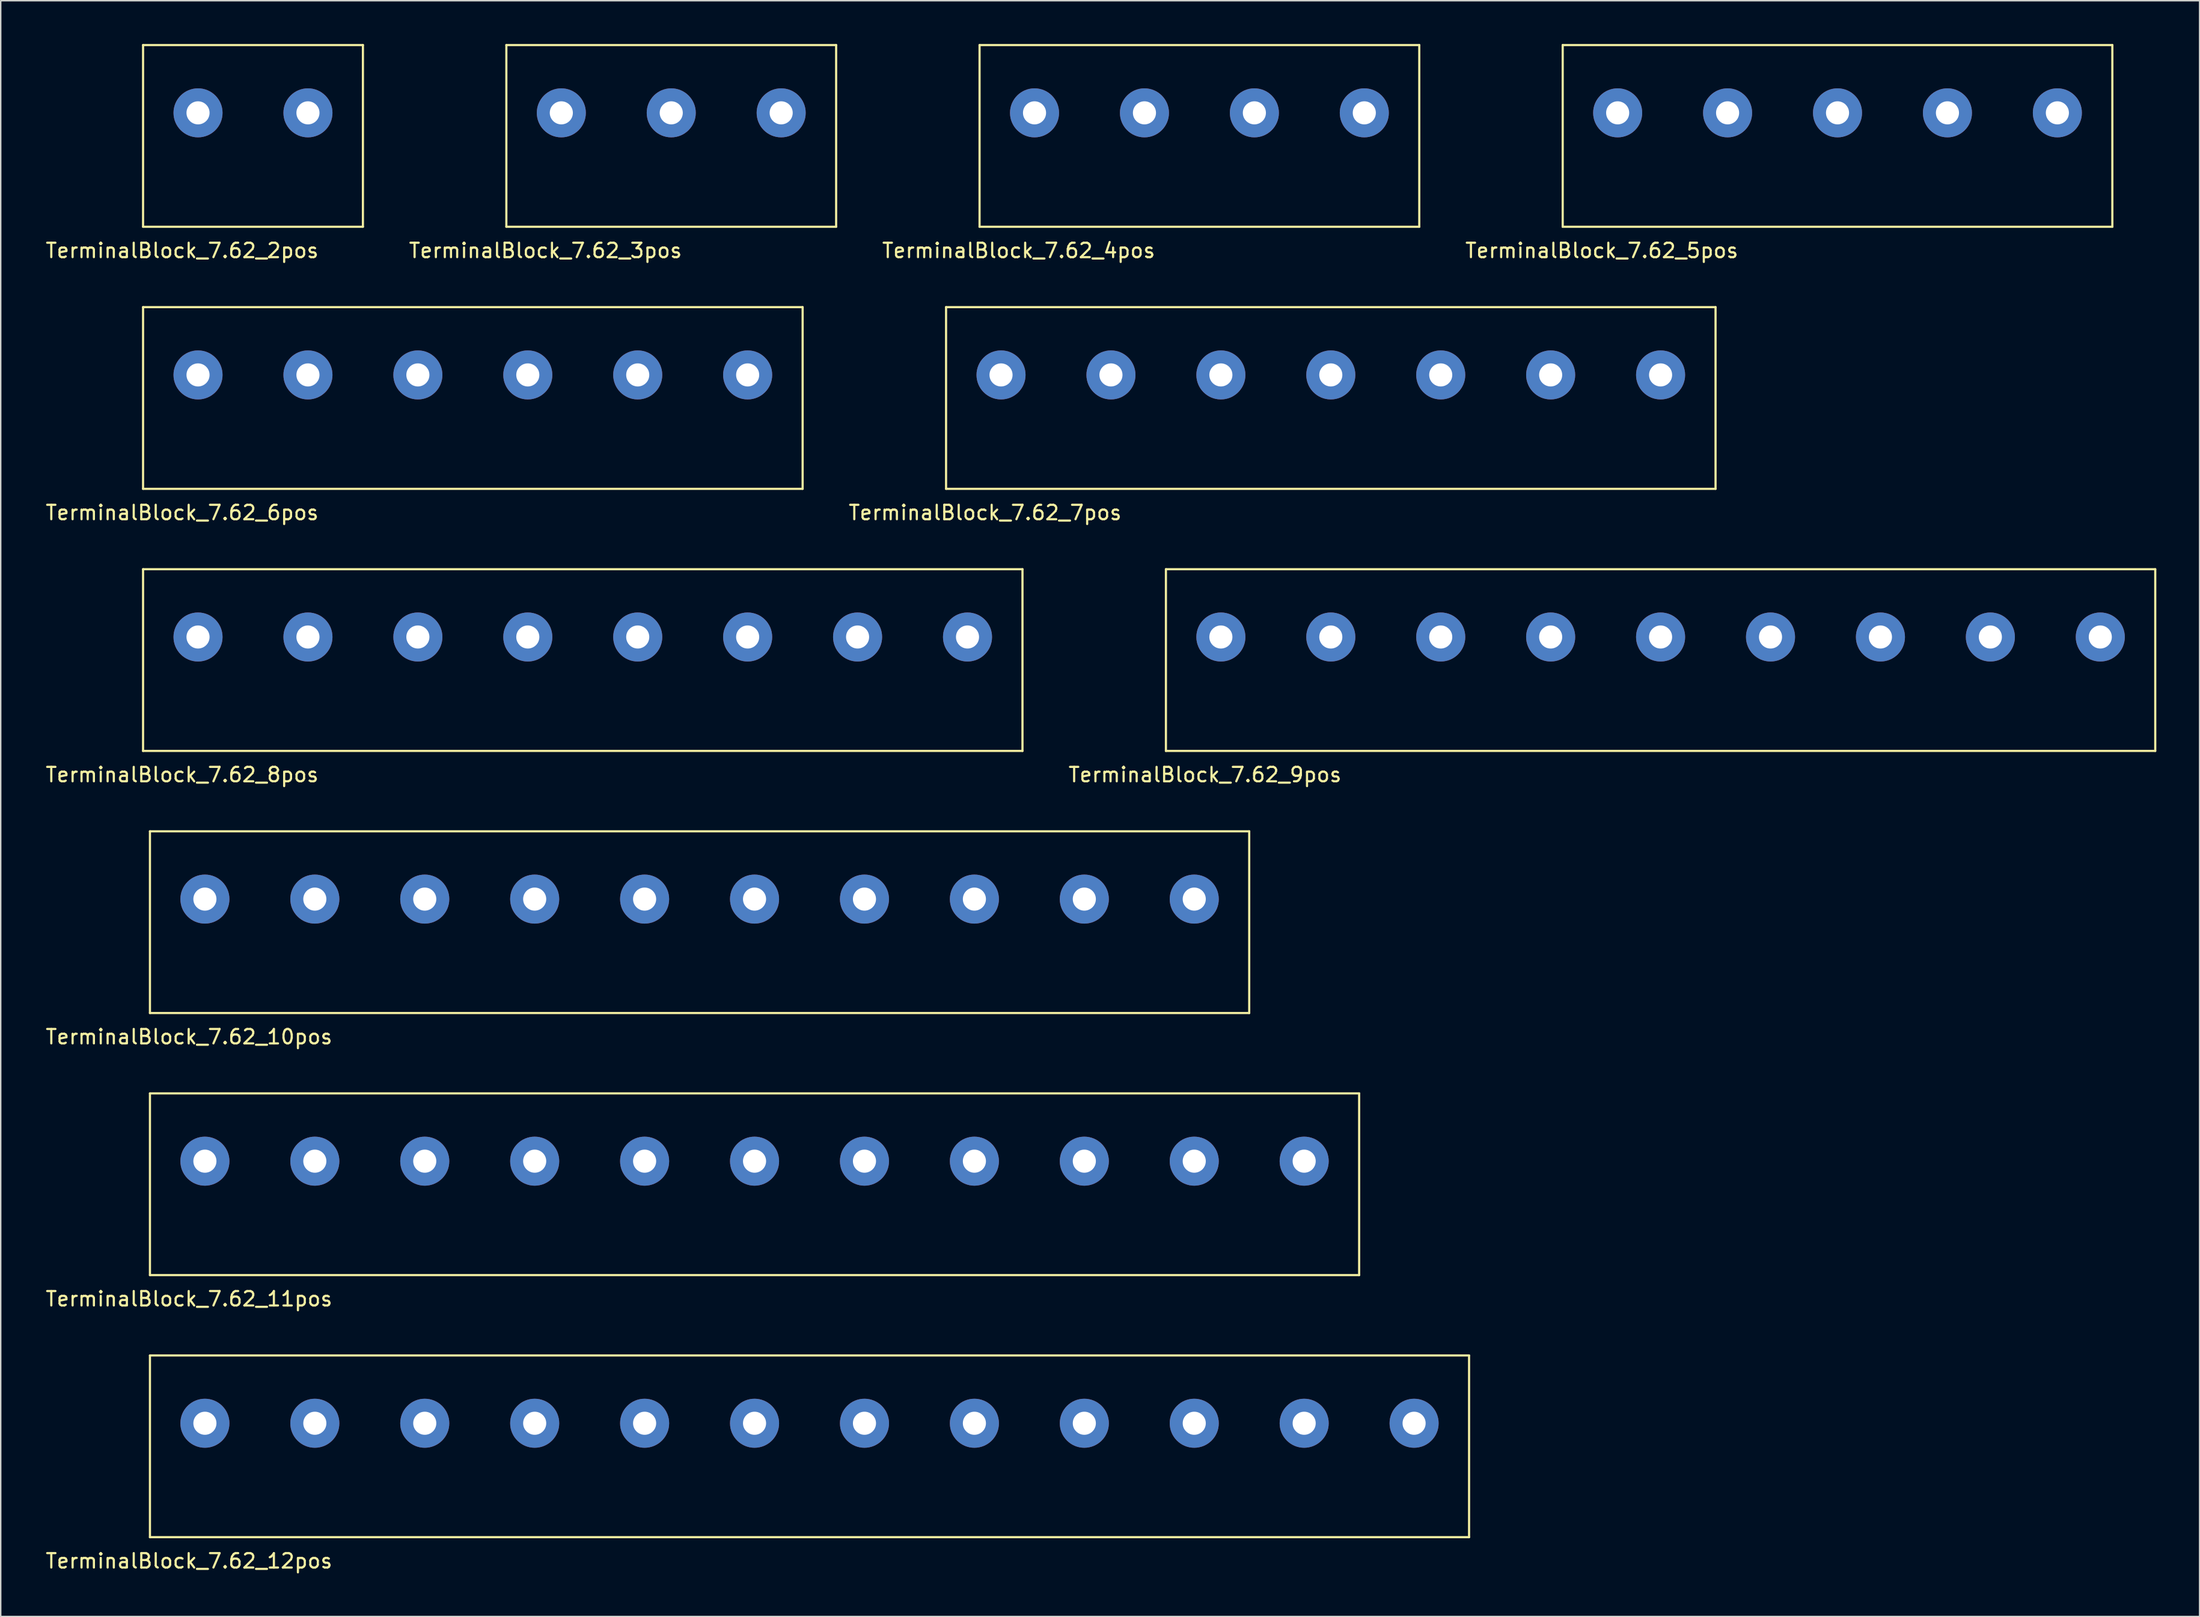
<source format=kicad_pcb>
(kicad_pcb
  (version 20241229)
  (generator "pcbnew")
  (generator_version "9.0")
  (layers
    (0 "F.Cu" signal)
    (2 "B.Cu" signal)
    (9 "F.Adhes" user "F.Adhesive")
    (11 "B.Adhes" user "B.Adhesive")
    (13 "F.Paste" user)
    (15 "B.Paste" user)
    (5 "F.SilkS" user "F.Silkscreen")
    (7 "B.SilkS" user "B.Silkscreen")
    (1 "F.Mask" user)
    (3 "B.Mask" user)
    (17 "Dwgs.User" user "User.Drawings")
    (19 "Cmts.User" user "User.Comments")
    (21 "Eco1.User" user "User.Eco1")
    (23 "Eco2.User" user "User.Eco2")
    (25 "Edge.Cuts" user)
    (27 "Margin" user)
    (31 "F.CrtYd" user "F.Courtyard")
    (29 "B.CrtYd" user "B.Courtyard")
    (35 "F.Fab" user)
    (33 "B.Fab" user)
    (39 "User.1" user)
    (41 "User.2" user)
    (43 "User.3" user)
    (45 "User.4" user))
  (footprint "TerminalBlock_7.62_9pos"
    (layer "F.Cu")
    (at 112.06 41.121)
    (property "Reference" "TerminalBlock_7.62_9pos" (at -31.58 9.55 0) (layer "F.SilkS") (effects (font (size 1 1) (thickness 0.15))))
    (attr through_hole)
    (fp_line (start -34.29 -4.7) (end -34.29 7.9) (stroke (width 0.15) (type solid)) (layer "F.SilkS"))
    (fp_line (start -34.29 -4.7) (end 34.29 -4.7) (stroke (width 0.15) (type solid)) (layer "F.SilkS"))
    (fp_line (start -34.29 7.9) (end 34.29 7.9) (stroke (width 0.15) (type solid)) (layer "F.SilkS"))
    (fp_line (start 34.29 -4.7) (end 34.29 7.9) (stroke (width 0.15) (type solid)) (layer "F.SilkS"))
    (pad "1" thru_hole circle (at -30.48 0 90) (size 3.4 3.4) (drill 1.6) (layers "*.Cu" "*.Mask"))
    (pad "2" thru_hole circle (at -22.86 0) (size 3.4 3.4) (drill 1.6) (layers "*.Cu" "*.Mask"))
    (pad "3" thru_hole circle (at -15.24 0) (size 3.4 3.4) (drill 1.6) (layers "*.Cu" "*.Mask"))
    (pad "4" thru_hole circle (at -7.62 0 90) (size 3.4 3.4) (drill 1.6) (layers "*.Cu" "*.Mask"))
    (pad "5" thru_hole circle (at 0 0) (size 3.4 3.4) (drill 1.6) (layers "*.Cu" "*.Mask"))
    (pad "6" thru_hole circle (at 7.62 0) (size 3.4 3.4) (drill 1.6) (layers "*.Cu" "*.Mask"))
    (pad "7" thru_hole circle (at 15.24 0 90) (size 3.4 3.4) (drill 1.6) (layers "*.Cu" "*.Mask"))
    (pad "8" thru_hole circle (at 22.86 0) (size 3.4 3.4) (drill 1.6) (layers "*.Cu" "*.Mask"))
    (pad "9" thru_hole circle (at 30.48 0) (size 3.4 3.4) (drill 1.6) (layers "*.Cu" "*.Mask")))
  (footprint "TerminalBlock_7.62_4pos"
    (layer "F.Cu")
    (at 80.092 4.775)
    (property "Reference" "TerminalBlock_7.62_4pos" (at -12.53 9.55 0) (layer "F.SilkS") (effects (font (size 1 1) (thickness 0.15))))
    (attr through_hole)
    (fp_line (start -15.24 -4.7) (end -15.24 7.9) (stroke (width 0.15) (type solid)) (layer "F.SilkS"))
    (fp_line (start -15.24 -4.7) (end 15.24 -4.7) (stroke (width 0.15) (type solid)) (layer "F.SilkS"))
    (fp_line (start -15.24 7.9) (end 15.24 7.9) (stroke (width 0.15) (type solid)) (layer "F.SilkS"))
    (fp_line (start 15.24 -4.7) (end 15.24 7.9) (stroke (width 0.15) (type solid)) (layer "F.SilkS"))
    (pad "1" thru_hole circle (at -11.43 0 90) (size 3.4 3.4) (drill 1.6) (layers "*.Cu" "*.Mask"))
    (pad "2" thru_hole circle (at -3.81 0) (size 3.4 3.4) (drill 1.6) (layers "*.Cu" "*.Mask"))
    (pad "3" thru_hole circle (at 3.81 0) (size 3.4 3.4) (drill 1.6) (layers "*.Cu" "*.Mask"))
    (pad "4" thru_hole circle (at 11.43 0 90) (size 3.4 3.4) (drill 1.6) (layers "*.Cu" "*.Mask")))
  (footprint "TerminalBlock_7.62_5pos"
    (layer "F.Cu")
    (at 124.325 4.775)
    (property "Reference" "TerminalBlock_7.62_5pos" (at -16.34 9.55 0) (layer "F.SilkS") (effects (font (size 1 1) (thickness 0.15))))
    (attr through_hole)
    (fp_line (start -19.05 -4.7) (end -19.05 7.9) (stroke (width 0.15) (type solid)) (layer "F.SilkS"))
    (fp_line (start -19.05 -4.7) (end 19.05 -4.7) (stroke (width 0.15) (type solid)) (layer "F.SilkS"))
    (fp_line (start -19.05 7.9) (end 19.05 7.9) (stroke (width 0.15) (type solid)) (layer "F.SilkS"))
    (fp_line (start 19.05 -4.7) (end 19.05 7.9) (stroke (width 0.15) (type solid)) (layer "F.SilkS"))
    (pad "1" thru_hole circle (at -15.24 0 90) (size 3.4 3.4) (drill 1.6) (layers "*.Cu" "*.Mask"))
    (pad "2" thru_hole circle (at -7.62 0) (size 3.4 3.4) (drill 1.6) (layers "*.Cu" "*.Mask"))
    (pad "3" thru_hole circle (at 0 0) (size 3.4 3.4) (drill 1.6) (layers "*.Cu" "*.Mask"))
    (pad "4" thru_hole circle (at 7.62 0 90) (size 3.4 3.4) (drill 1.6) (layers "*.Cu" "*.Mask"))
    (pad "5" thru_hole circle (at 15.24 0) (size 3.4 3.4) (drill 1.6) (layers "*.Cu" "*.Mask")))
  (footprint "TerminalBlock_7.62_10pos"
    (layer "F.Cu")
    (at 45.444 59.295)
    (property "Reference" "TerminalBlock_7.62_10pos" (at -35.39 9.55 0) (layer "F.SilkS") (effects (font (size 1 1) (thickness 0.15))))
    (attr through_hole)
    (fp_line (start -38.1 -4.7) (end -38.1 7.9) (stroke (width 0.15) (type solid)) (layer "F.SilkS"))
    (fp_line (start -38.1 -4.7) (end 38.1 -4.7) (stroke (width 0.15) (type solid)) (layer "F.SilkS"))
    (fp_line (start -38.1 7.9) (end 38.1 7.9) (stroke (width 0.15) (type solid)) (layer "F.SilkS"))
    (fp_line (start 38.1 -4.7) (end 38.1 7.9) (stroke (width 0.15) (type solid)) (layer "F.SilkS"))
    (pad "1" thru_hole circle (at -34.29 0 90) (size 3.4 3.4) (drill 1.6) (layers "*.Cu" "*.Mask"))
    (pad "2" thru_hole circle (at -26.67 0) (size 3.4 3.4) (drill 1.6) (layers "*.Cu" "*.Mask"))
    (pad "3" thru_hole circle (at -19.05 0) (size 3.4 3.4) (drill 1.6) (layers "*.Cu" "*.Mask"))
    (pad "4" thru_hole circle (at -11.43 0 90) (size 3.4 3.4) (drill 1.6) (layers "*.Cu" "*.Mask"))
    (pad "5" thru_hole circle (at -3.81 0) (size 3.4 3.4) (drill 1.6) (layers "*.Cu" "*.Mask"))
    (pad "6" thru_hole circle (at 3.81 0) (size 3.4 3.4) (drill 1.6) (layers "*.Cu" "*.Mask"))
    (pad "7" thru_hole circle (at 11.43 0 90) (size 3.4 3.4) (drill 1.6) (layers "*.Cu" "*.Mask"))
    (pad "8" thru_hole circle (at 19.05 0) (size 3.4 3.4) (drill 1.6) (layers "*.Cu" "*.Mask"))
    (pad "9" thru_hole circle (at 26.67 0) (size 3.4 3.4) (drill 1.6) (layers "*.Cu" "*.Mask"))
    (pad "10" thru_hole circle (at 34.29 0 90) (size 3.4 3.4) (drill 1.6) (layers "*.Cu" "*.Mask")))
  (footprint "TerminalBlock_7.62_7pos"
    (layer "F.Cu")
    (at 89.2 22.948)
    (property "Reference" "TerminalBlock_7.62_7pos" (at -23.96 9.55 0) (layer "F.SilkS") (effects (font (size 1 1) (thickness 0.15))))
    (attr through_hole)
    (fp_line (start -26.67 -4.7) (end -26.67 7.9) (stroke (width 0.15) (type solid)) (layer "F.SilkS"))
    (fp_line (start -26.67 -4.7) (end 26.67 -4.7) (stroke (width 0.15) (type solid)) (layer "F.SilkS"))
    (fp_line (start -26.67 7.9) (end 26.67 7.9) (stroke (width 0.15) (type solid)) (layer "F.SilkS"))
    (fp_line (start 26.67 -4.7) (end 26.67 7.9) (stroke (width 0.15) (type solid)) (layer "F.SilkS"))
    (pad "1" thru_hole circle (at -22.86 0 90) (size 3.4 3.4) (drill 1.6) (layers "*.Cu" "*.Mask"))
    (pad "2" thru_hole circle (at -15.24 0) (size 3.4 3.4) (drill 1.6) (layers "*.Cu" "*.Mask"))
    (pad "3" thru_hole circle (at -7.62 0) (size 3.4 3.4) (drill 1.6) (layers "*.Cu" "*.Mask"))
    (pad "4" thru_hole circle (at 0 0 90) (size 3.4 3.4) (drill 1.6) (layers "*.Cu" "*.Mask"))
    (pad "5" thru_hole circle (at 7.62 0) (size 3.4 3.4) (drill 1.6) (layers "*.Cu" "*.Mask"))
    (pad "6" thru_hole circle (at 15.24 0) (size 3.4 3.4) (drill 1.6) (layers "*.Cu" "*.Mask"))
    (pad "7" thru_hole circle (at 22.86 0 90) (size 3.4 3.4) (drill 1.6) (layers "*.Cu" "*.Mask")))
  (footprint "TerminalBlock_7.62_11pos"
    (layer "F.Cu")
    (at 49.254 77.468)
    (property "Reference" "TerminalBlock_7.62_11pos" (at -39.2 9.55 0) (layer "F.SilkS") (effects (font (size 1 1) (thickness 0.15))))
    (attr through_hole)
    (fp_line (start -41.91 -4.7) (end -41.91 7.9) (stroke (width 0.15) (type solid)) (layer "F.SilkS"))
    (fp_line (start -41.91 -4.7) (end 41.91 -4.7) (stroke (width 0.15) (type solid)) (layer "F.SilkS"))
    (fp_line (start -41.91 7.9) (end 41.91 7.9) (stroke (width 0.15) (type solid)) (layer "F.SilkS"))
    (fp_line (start 41.91 -4.7) (end 41.91 7.9) (stroke (width 0.15) (type solid)) (layer "F.SilkS"))
    (pad "1" thru_hole circle (at -38.1 0 90) (size 3.4 3.4) (drill 1.6) (layers "*.Cu" "*.Mask"))
    (pad "2" thru_hole circle (at -30.48 0) (size 3.4 3.4) (drill 1.6) (layers "*.Cu" "*.Mask"))
    (pad "3" thru_hole circle (at -22.86 0) (size 3.4 3.4) (drill 1.6) (layers "*.Cu" "*.Mask"))
    (pad "4" thru_hole circle (at -15.24 0 90) (size 3.4 3.4) (drill 1.6) (layers "*.Cu" "*.Mask"))
    (pad "5" thru_hole circle (at -7.62 0) (size 3.4 3.4) (drill 1.6) (layers "*.Cu" "*.Mask"))
    (pad "6" thru_hole circle (at 0 0) (size 3.4 3.4) (drill 1.6) (layers "*.Cu" "*.Mask"))
    (pad "7" thru_hole circle (at 7.62 0 90) (size 3.4 3.4) (drill 1.6) (layers "*.Cu" "*.Mask"))
    (pad "8" thru_hole circle (at 15.24 0) (size 3.4 3.4) (drill 1.6) (layers "*.Cu" "*.Mask"))
    (pad "9" thru_hole circle (at 22.86 0) (size 3.4 3.4) (drill 1.6) (layers "*.Cu" "*.Mask"))
    (pad "10" thru_hole circle (at 30.48 0 90) (size 3.4 3.4) (drill 1.6) (layers "*.Cu" "*.Mask"))
    (pad "11" thru_hole circle (at 38.1 0) (size 3.4 3.4) (drill 1.6) (layers "*.Cu" "*.Mask")))
  (footprint "TerminalBlock_7.62_3pos"
    (layer "F.Cu")
    (at 43.48 4.775)
    (property "Reference" "TerminalBlock_7.62_3pos" (at -8.72 9.55 0) (layer "F.SilkS") (effects (font (size 1 1) (thickness 0.15))))
    (attr through_hole)
    (fp_line (start -11.43 -4.7) (end -11.43 7.9) (stroke (width 0.15) (type solid)) (layer "F.SilkS"))
    (fp_line (start -11.43 -4.7) (end 11.43 -4.7) (stroke (width 0.15) (type solid)) (layer "F.SilkS"))
    (fp_line (start -11.43 7.9) (end 11.43 7.9) (stroke (width 0.15) (type solid)) (layer "F.SilkS"))
    (fp_line (start 11.43 -4.7) (end 11.43 7.9) (stroke (width 0.15) (type solid)) (layer "F.SilkS"))
    (pad "1" thru_hole circle (at -7.62 0 90) (size 3.4 3.4) (drill 1.6) (layers "*.Cu" "*.Mask"))
    (pad "2" thru_hole circle (at 0 0) (size 3.4 3.4) (drill 1.6) (layers "*.Cu" "*.Mask"))
    (pad "3" thru_hole circle (at 7.62 0) (size 3.4 3.4) (drill 1.6) (layers "*.Cu" "*.Mask")))
  (footprint "TerminalBlock_7.62_12pos"
    (layer "F.Cu")
    (at 53.064 95.641)
    (property "Reference" "TerminalBlock_7.62_12pos" (at -43.01 9.55 0) (layer "F.SilkS") (effects (font (size 1 1) (thickness 0.15))))
    (attr through_hole)
    (fp_line (start -45.72 -4.7) (end -45.72 7.9) (stroke (width 0.15) (type solid)) (layer "F.SilkS"))
    (fp_line (start -45.72 -4.7) (end 45.72 -4.7) (stroke (width 0.15) (type solid)) (layer "F.SilkS"))
    (fp_line (start -45.72 7.9) (end 45.72 7.9) (stroke (width 0.15) (type solid)) (layer "F.SilkS"))
    (fp_line (start 45.72 -4.7) (end 45.72 7.9) (stroke (width 0.15) (type solid)) (layer "F.SilkS"))
    (pad "1" thru_hole circle (at -41.91 0 90) (size 3.4 3.4) (drill 1.6) (layers "*.Cu" "*.Mask"))
    (pad "2" thru_hole circle (at -34.29 0) (size 3.4 3.4) (drill 1.6) (layers "*.Cu" "*.Mask"))
    (pad "3" thru_hole circle (at -26.67 0) (size 3.4 3.4) (drill 1.6) (layers "*.Cu" "*.Mask"))
    (pad "4" thru_hole circle (at -19.05 0 90) (size 3.4 3.4) (drill 1.6) (layers "*.Cu" "*.Mask"))
    (pad "5" thru_hole circle (at -11.43 0) (size 3.4 3.4) (drill 1.6) (layers "*.Cu" "*.Mask"))
    (pad "6" thru_hole circle (at -3.81 0) (size 3.4 3.4) (drill 1.6) (layers "*.Cu" "*.Mask"))
    (pad "7" thru_hole circle (at 3.81 0 90) (size 3.4 3.4) (drill 1.6) (layers "*.Cu" "*.Mask"))
    (pad "8" thru_hole circle (at 11.43 0) (size 3.4 3.4) (drill 1.6) (layers "*.Cu" "*.Mask"))
    (pad "9" thru_hole circle (at 19.05 0) (size 3.4 3.4) (drill 1.6) (layers "*.Cu" "*.Mask"))
    (pad "10" thru_hole circle (at 26.67 0 90) (size 3.4 3.4) (drill 1.6) (layers "*.Cu" "*.Mask"))
    (pad "11" thru_hole circle (at 34.29 0) (size 3.4 3.4) (drill 1.6) (layers "*.Cu" "*.Mask"))
    (pad "12" thru_hole circle (at 41.91 0) (size 3.4 3.4) (drill 1.6) (layers "*.Cu" "*.Mask")))
  (footprint "TerminalBlock_7.62_6pos"
    (layer "F.Cu")
    (at 29.727 22.948)
    (property "Reference" "TerminalBlock_7.62_6pos" (at -20.15 9.55 0) (layer "F.SilkS") (effects (font (size 1 1) (thickness 0.15))))
    (attr through_hole)
    (fp_line (start -22.86 -4.7) (end -22.86 7.9) (stroke (width 0.15) (type solid)) (layer "F.SilkS"))
    (fp_line (start -22.86 -4.7) (end 22.86 -4.7) (stroke (width 0.15) (type solid)) (layer "F.SilkS"))
    (fp_line (start -22.86 7.9) (end 22.86 7.9) (stroke (width 0.15) (type solid)) (layer "F.SilkS"))
    (fp_line (start 22.86 -4.7) (end 22.86 7.9) (stroke (width 0.15) (type solid)) (layer "F.SilkS"))
    (pad "1" thru_hole circle (at -19.05 0 90) (size 3.4 3.4) (drill 1.6) (layers "*.Cu" "*.Mask"))
    (pad "2" thru_hole circle (at -11.43 0) (size 3.4 3.4) (drill 1.6) (layers "*.Cu" "*.Mask"))
    (pad "3" thru_hole circle (at -3.81 0) (size 3.4 3.4) (drill 1.6) (layers "*.Cu" "*.Mask"))
    (pad "4" thru_hole circle (at 3.81 0 90) (size 3.4 3.4) (drill 1.6) (layers "*.Cu" "*.Mask"))
    (pad "5" thru_hole circle (at 11.43 0) (size 3.4 3.4) (drill 1.6) (layers "*.Cu" "*.Mask"))
    (pad "6" thru_hole circle (at 19.05 0) (size 3.4 3.4) (drill 1.6) (layers "*.Cu" "*.Mask")))
  (footprint "TerminalBlock_7.62_2pos"
    (layer "F.Cu")
    (at 14.487 4.775)
    (property "Reference" "TerminalBlock_7.62_2pos" (at -4.91 9.55 0) (layer "F.SilkS") (effects (font (size 1 1) (thickness 0.15))))
    (attr through_hole)
    (fp_line (start -7.62 -4.7) (end -7.62 7.9) (stroke (width 0.15) (type solid)) (layer "F.SilkS"))
    (fp_line (start -7.62 -4.7) (end 7.62 -4.7) (stroke (width 0.15) (type solid)) (layer "F.SilkS"))
    (fp_line (start -7.62 7.9) (end 7.62 7.9) (stroke (width 0.15) (type solid)) (layer "F.SilkS"))
    (fp_line (start 7.62 -4.7) (end 7.62 7.9) (stroke (width 0.15) (type solid)) (layer "F.SilkS"))
    (pad "1" thru_hole circle (at -3.81 0 90) (size 3.4 3.4) (drill 1.6) (layers "*.Cu" "*.Mask"))
    (pad "2" thru_hole circle (at 3.81 0) (size 3.4 3.4) (drill 1.6) (layers "*.Cu" "*.Mask")))
  (footprint "TerminalBlock_7.62_8pos"
    (layer "F.Cu")
    (at 37.347 41.121)
    (property "Reference" "TerminalBlock_7.62_8pos" (at -27.77 9.55 0) (layer "F.SilkS") (effects (font (size 1 1) (thickness 0.15))))
    (attr through_hole)
    (fp_line (start -30.48 -4.7) (end -30.48 7.9) (stroke (width 0.15) (type solid)) (layer "F.SilkS"))
    (fp_line (start -30.48 -4.7) (end 30.48 -4.7) (stroke (width 0.15) (type solid)) (layer "F.SilkS"))
    (fp_line (start -30.48 7.9) (end 30.48 7.9) (stroke (width 0.15) (type solid)) (layer "F.SilkS"))
    (fp_line (start 30.48 -4.7) (end 30.48 7.9) (stroke (width 0.15) (type solid)) (layer "F.SilkS"))
    (pad "1" thru_hole circle (at -26.67 0 90) (size 3.4 3.4) (drill 1.6) (layers "*.Cu" "*.Mask"))
    (pad "2" thru_hole circle (at -19.05 0) (size 3.4 3.4) (drill 1.6) (layers "*.Cu" "*.Mask"))
    (pad "3" thru_hole circle (at -11.43 0) (size 3.4 3.4) (drill 1.6) (layers "*.Cu" "*.Mask"))
    (pad "4" thru_hole circle (at -3.81 0 90) (size 3.4 3.4) (drill 1.6) (layers "*.Cu" "*.Mask"))
    (pad "5" thru_hole circle (at 3.81 0) (size 3.4 3.4) (drill 1.6) (layers "*.Cu" "*.Mask"))
    (pad "6" thru_hole circle (at 11.43 0) (size 3.4 3.4) (drill 1.6) (layers "*.Cu" "*.Mask"))
    (pad "7" thru_hole circle (at 19.05 0 90) (size 3.4 3.4) (drill 1.6) (layers "*.Cu" "*.Mask"))
    (pad "8" thru_hole circle (at 26.67 0) (size 3.4 3.4) (drill 1.6) (layers "*.Cu" "*.Mask")))
  (gr_rect
    (start -3 -3)
    (end 149.425 109.04)
    (stroke (width 0.1) (type default))
    (fill no)
    (layer "Edge.Cuts")))
</source>
